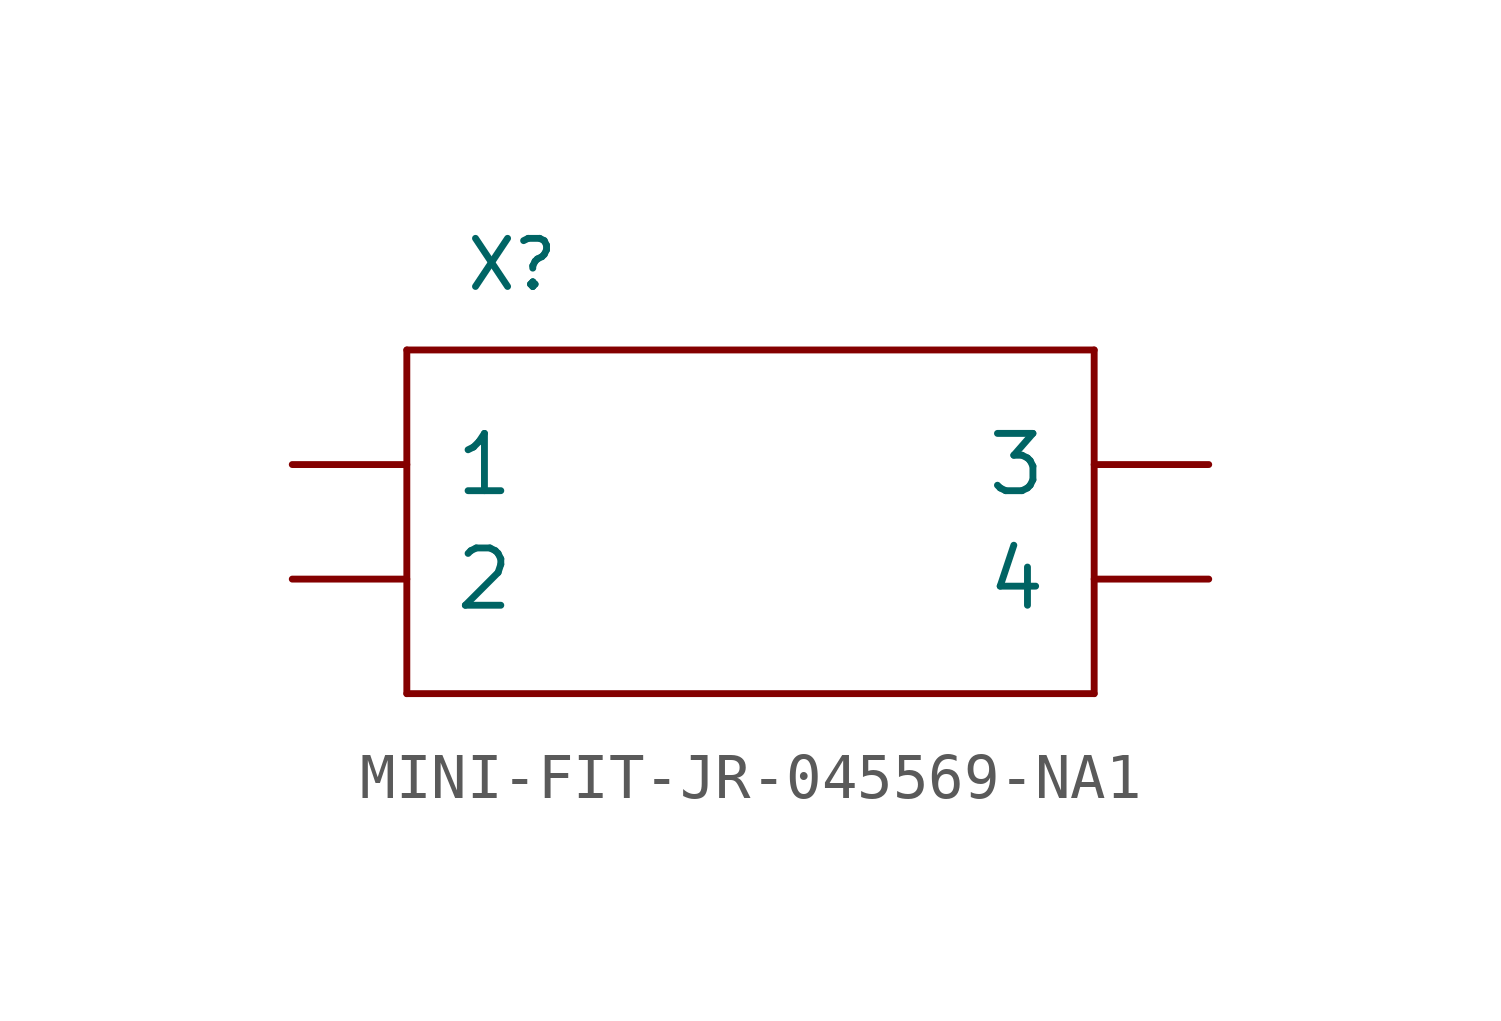
<source format=kicad_sym>
(kicad_symbol_lib
  (version 20211014)
  (generator kicad_symbol_editor)
  (symbol "MINI-FIT-JR-045569-NA1"
    (pin_names
      (offset 1.016))
    (property "Reference" "X"
      (at -6.35 6.35 0)
      (effects (font (size 1.067 1.067)) (justify left bottom)))
    (property "ki_locked" ""
      (at 0 0 0)
      (effects (font (size 1.27 1.27))))
    (symbol "MINI-FIT-JR-045569-NA1_1_0"
      (polyline (pts (xy -7.62 -2.54) (xy 7.62 -2.54)) (stroke (width 0) (type default) (color 0 0 0 0)) (fill (type none)))
      (polyline (pts (xy -7.62 5.08) (xy -7.62 -2.54)) (stroke (width 0) (type default) (color 0 0 0 0)) (fill (type none)))
      (polyline (pts (xy 7.62 -2.54) (xy 7.62 5.08)) (stroke (width 0) (type default) (color 0 0 0 0)) (fill (type none)))
      (polyline (pts (xy 7.62 5.08) (xy -7.62 5.08)) (stroke (width 0) (type default) (color 0 0 0 0)) (fill (type none)))
      (pin bidirectional line (at -10.16 2.54 0) (length 2.54) (name "1" (effects (font (size 1.27 1.27)))) (number "P1" (effects (font (size 0 0)))))
      (pin bidirectional line (at -10.16 0 0) (length 2.54) (name "2" (effects (font (size 1.27 1.27)))) (number "P2" (effects (font (size 0 0)))))
      (pin bidirectional line (at 10.16 2.54 180) (length 2.54) (name "3" (effects (font (size 1.27 1.27)))) (number "P3" (effects (font (size 0 0)))))
      (pin bidirectional line (at 10.16 0 180) (length 2.54) (name "4" (effects (font (size 1.27 1.27)))) (number "P4" (effects (font (size 0 0))))))))
</source>
